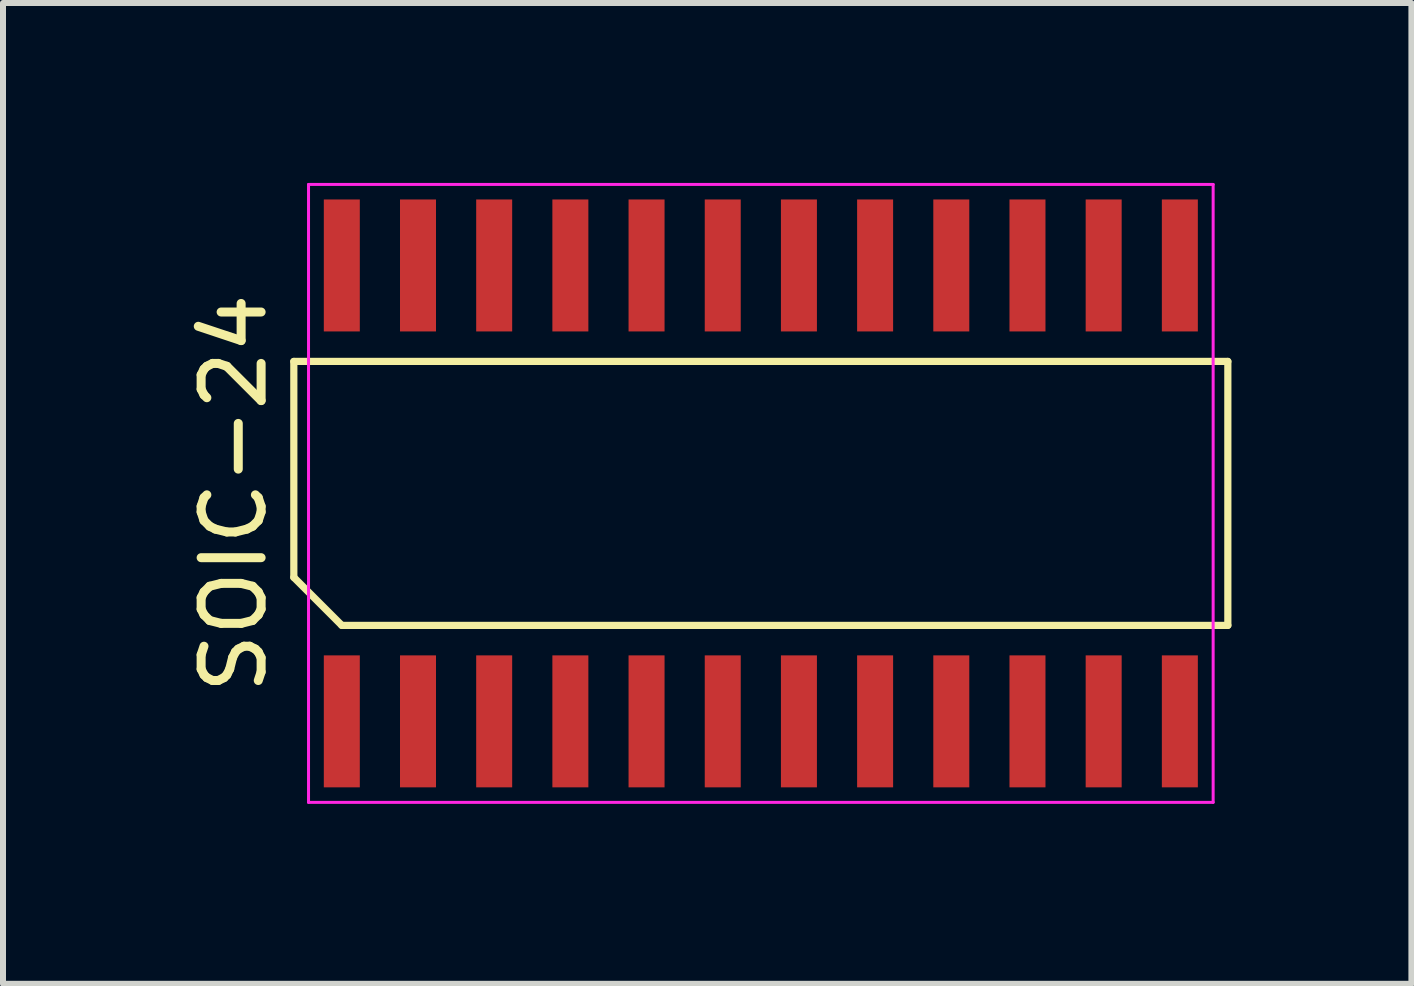
<source format=kicad_pcb>
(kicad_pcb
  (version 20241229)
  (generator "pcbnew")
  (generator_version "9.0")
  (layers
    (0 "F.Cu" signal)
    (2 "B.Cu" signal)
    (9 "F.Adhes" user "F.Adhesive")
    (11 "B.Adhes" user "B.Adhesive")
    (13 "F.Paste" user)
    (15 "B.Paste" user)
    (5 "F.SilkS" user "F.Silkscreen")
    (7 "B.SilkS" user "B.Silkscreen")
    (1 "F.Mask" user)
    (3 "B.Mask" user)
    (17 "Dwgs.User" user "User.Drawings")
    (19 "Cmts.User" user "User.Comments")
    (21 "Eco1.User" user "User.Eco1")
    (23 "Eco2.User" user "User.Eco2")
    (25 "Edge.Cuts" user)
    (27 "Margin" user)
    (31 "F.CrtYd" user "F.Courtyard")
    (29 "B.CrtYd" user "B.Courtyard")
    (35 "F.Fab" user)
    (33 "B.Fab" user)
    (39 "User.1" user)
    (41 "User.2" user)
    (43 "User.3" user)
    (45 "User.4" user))
  (footprint "SOIC-24"
    (layer "F.Cu")
    (at 9.633 5.175)
    (property "Reference" "SOIC-24" (at -8.785 0 90) (layer "F.SilkS") (effects (font (size 1 1) (thickness 0.15))))
    (attr smd)
    (fp_line (start -7.785 -2.2) (end 7.785 -2.2) (stroke (width 0.12) (type solid)) (layer "F.SilkS"))
    (fp_line (start -7.785 1.4) (end -7.785 -2.2) (stroke (width 0.12) (type solid)) (layer "F.SilkS"))
    (fp_line (start -6.985 2.2) (end -7.785 1.4) (stroke (width 0.12) (type solid)) (layer "F.SilkS"))
    (fp_line (start 7.785 -2.2) (end 7.785 2.2) (stroke (width 0.12) (type solid)) (layer "F.SilkS"))
    (fp_line (start 7.785 2.2) (end -6.985 2.2) (stroke (width 0.12) (type solid)) (layer "F.SilkS"))
    (fp_line (start -7.54 -5.15) (end 7.54 -5.15) (stroke (width 0.05) (type solid)) (layer "F.CrtYd"))
    (fp_line (start -7.54 5.15) (end -7.54 -5.15) (stroke (width 0.05) (type solid)) (layer "F.CrtYd"))
    (fp_line (start 7.54 -5.15) (end 7.54 5.15) (stroke (width 0.05) (type solid)) (layer "F.CrtYd"))
    (fp_line (start 7.54 5.15) (end -7.54 5.15) (stroke (width 0.05) (type solid)) (layer "F.CrtYd"))
    (pad "1" smd rect (at -6.985 3.8) (size 0.6 2.2) (layers "F.Cu" "F.Mask" "F.Paste"))
    (pad "2" smd rect (at -5.715 3.8) (size 0.6 2.2) (layers "F.Cu" "F.Mask" "F.Paste"))
    (pad "3" smd rect (at -4.445 3.8) (size 0.6 2.2) (layers "F.Cu" "F.Mask" "F.Paste"))
    (pad "4" smd rect (at -3.175 3.8) (size 0.6 2.2) (layers "F.Cu" "F.Mask" "F.Paste"))
    (pad "5" smd rect (at -1.905 3.8) (size 0.6 2.2) (layers "F.Cu" "F.Mask" "F.Paste"))
    (pad "6" smd rect (at -0.635 3.8) (size 0.6 2.2) (layers "F.Cu" "F.Mask" "F.Paste"))
    (pad "7" smd rect (at 0.635 3.8) (size 0.6 2.2) (layers "F.Cu" "F.Mask" "F.Paste"))
    (pad "8" smd rect (at 1.905 3.8) (size 0.6 2.2) (layers "F.Cu" "F.Mask" "F.Paste"))
    (pad "9" smd rect (at 3.175 3.8) (size 0.6 2.2) (layers "F.Cu" "F.Mask" "F.Paste"))
    (pad "10" smd rect (at 4.445 3.8) (size 0.6 2.2) (layers "F.Cu" "F.Mask" "F.Paste"))
    (pad "11" smd rect (at 5.715 3.8) (size 0.6 2.2) (layers "F.Cu" "F.Mask" "F.Paste"))
    (pad "12" smd rect (at 6.985 3.8) (size 0.6 2.2) (layers "F.Cu" "F.Mask" "F.Paste"))
    (pad "13" smd rect (at 6.985 -3.8) (size 0.6 2.2) (layers "F.Cu" "F.Mask" "F.Paste"))
    (pad "14" smd rect (at 5.715 -3.8) (size 0.6 2.2) (layers "F.Cu" "F.Mask" "F.Paste"))
    (pad "15" smd rect (at 4.445 -3.8) (size 0.6 2.2) (layers "F.Cu" "F.Mask" "F.Paste"))
    (pad "16" smd rect (at 3.175 -3.8) (size 0.6 2.2) (layers "F.Cu" "F.Mask" "F.Paste"))
    (pad "17" smd rect (at 1.905 -3.8) (size 0.6 2.2) (layers "F.Cu" "F.Mask" "F.Paste"))
    (pad "18" smd rect (at 0.635 -3.8) (size 0.6 2.2) (layers "F.Cu" "F.Mask" "F.Paste"))
    (pad "19" smd rect (at -0.635 -3.8) (size 0.6 2.2) (layers "F.Cu" "F.Mask" "F.Paste"))
    (pad "20" smd rect (at -1.905 -3.8) (size 0.6 2.2) (layers "F.Cu" "F.Mask" "F.Paste"))
    (pad "21" smd rect (at -3.175 -3.8) (size 0.6 2.2) (layers "F.Cu" "F.Mask" "F.Paste"))
    (pad "22" smd rect (at -4.445 -3.8) (size 0.6 2.2) (layers "F.Cu" "F.Mask" "F.Paste"))
    (pad "23" smd rect (at -5.715 -3.8) (size 0.6 2.2) (layers "F.Cu" "F.Mask" "F.Paste"))
    (pad "24" smd rect (at -6.985 -3.8) (size 0.6 2.2) (layers "F.Cu" "F.Mask" "F.Paste")))
  (gr_rect
    (start -3 -3)
    (end 20.478 13.35)
    (stroke (width 0.1) (type default))
    (fill no)
    (layer "Edge.Cuts")))
</source>
